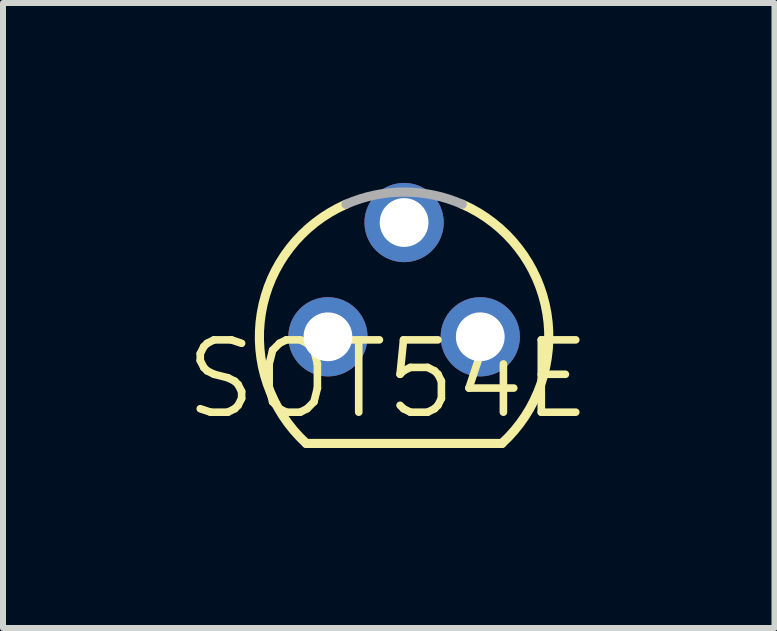
<source format=kicad_pcb>
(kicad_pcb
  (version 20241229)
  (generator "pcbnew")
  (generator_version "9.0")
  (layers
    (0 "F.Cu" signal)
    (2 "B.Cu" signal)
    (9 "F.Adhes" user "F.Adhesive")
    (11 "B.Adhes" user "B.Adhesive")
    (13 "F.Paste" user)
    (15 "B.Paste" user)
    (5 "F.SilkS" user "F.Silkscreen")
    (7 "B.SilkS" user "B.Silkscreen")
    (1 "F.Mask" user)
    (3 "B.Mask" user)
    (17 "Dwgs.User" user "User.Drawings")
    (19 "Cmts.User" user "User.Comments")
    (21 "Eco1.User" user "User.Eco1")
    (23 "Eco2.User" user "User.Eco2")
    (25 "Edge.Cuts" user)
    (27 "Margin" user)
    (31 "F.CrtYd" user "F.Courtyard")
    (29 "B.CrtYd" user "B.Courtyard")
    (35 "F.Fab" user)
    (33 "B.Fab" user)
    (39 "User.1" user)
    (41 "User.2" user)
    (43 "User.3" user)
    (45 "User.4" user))
  (footprint "SOT54E"
    (layer "F.Cu")
    (at 3.687 2.565)
    (property "Reference" "SOT54E" (at 3.175 0 0) (layer "F.SilkS") (effects (font (size 1.206 1.206) (thickness 0.127)) (justify right top)))
    (attr through_hole)
    (fp_line (start -1.631 1.778) (end 1.631 1.778) (stroke (width 0.152) (type solid)) (layer "F.SilkS"))
    (fp_arc (start -1.631 1.778) (mid -2.380096 -0.395238) (end -0.968899 -2.209799) (stroke (width 0.1524) (type solid)) (layer "F.SilkS"))
    (fp_arc (start 0.9689 -2.2098) (mid 2.380097 -0.395238) (end 1.631001 1.778001) (stroke (width 0.1524) (type solid)) (layer "F.SilkS"))
    (fp_arc (start -0.9692 -2.2098) (mid 0 -2.412999) (end 0.9692 -2.2098) (stroke (width 0.1524) (type solid)) (layer "F.Fab"))
    (pad "D" thru_hole circle (at -1.27 0) (size 1.321 1.321) (drill 0.813) (layers "*.Cu" "*.Mask"))
    (pad "G" thru_hole circle (at 0 -1.905) (size 1.321 1.321) (drill 0.813) (layers "*.Cu" "*.Mask"))
    (pad "S" thru_hole circle (at 1.27 0) (size 1.321 1.321) (drill 0.813) (layers "*.Cu" "*.Mask")))
  (gr_rect
    (start -3 -3)
    (end 9.862 7.42)
    (stroke (width 0.1) (type default))
    (fill no)
    (layer "Edge.Cuts")))
</source>
